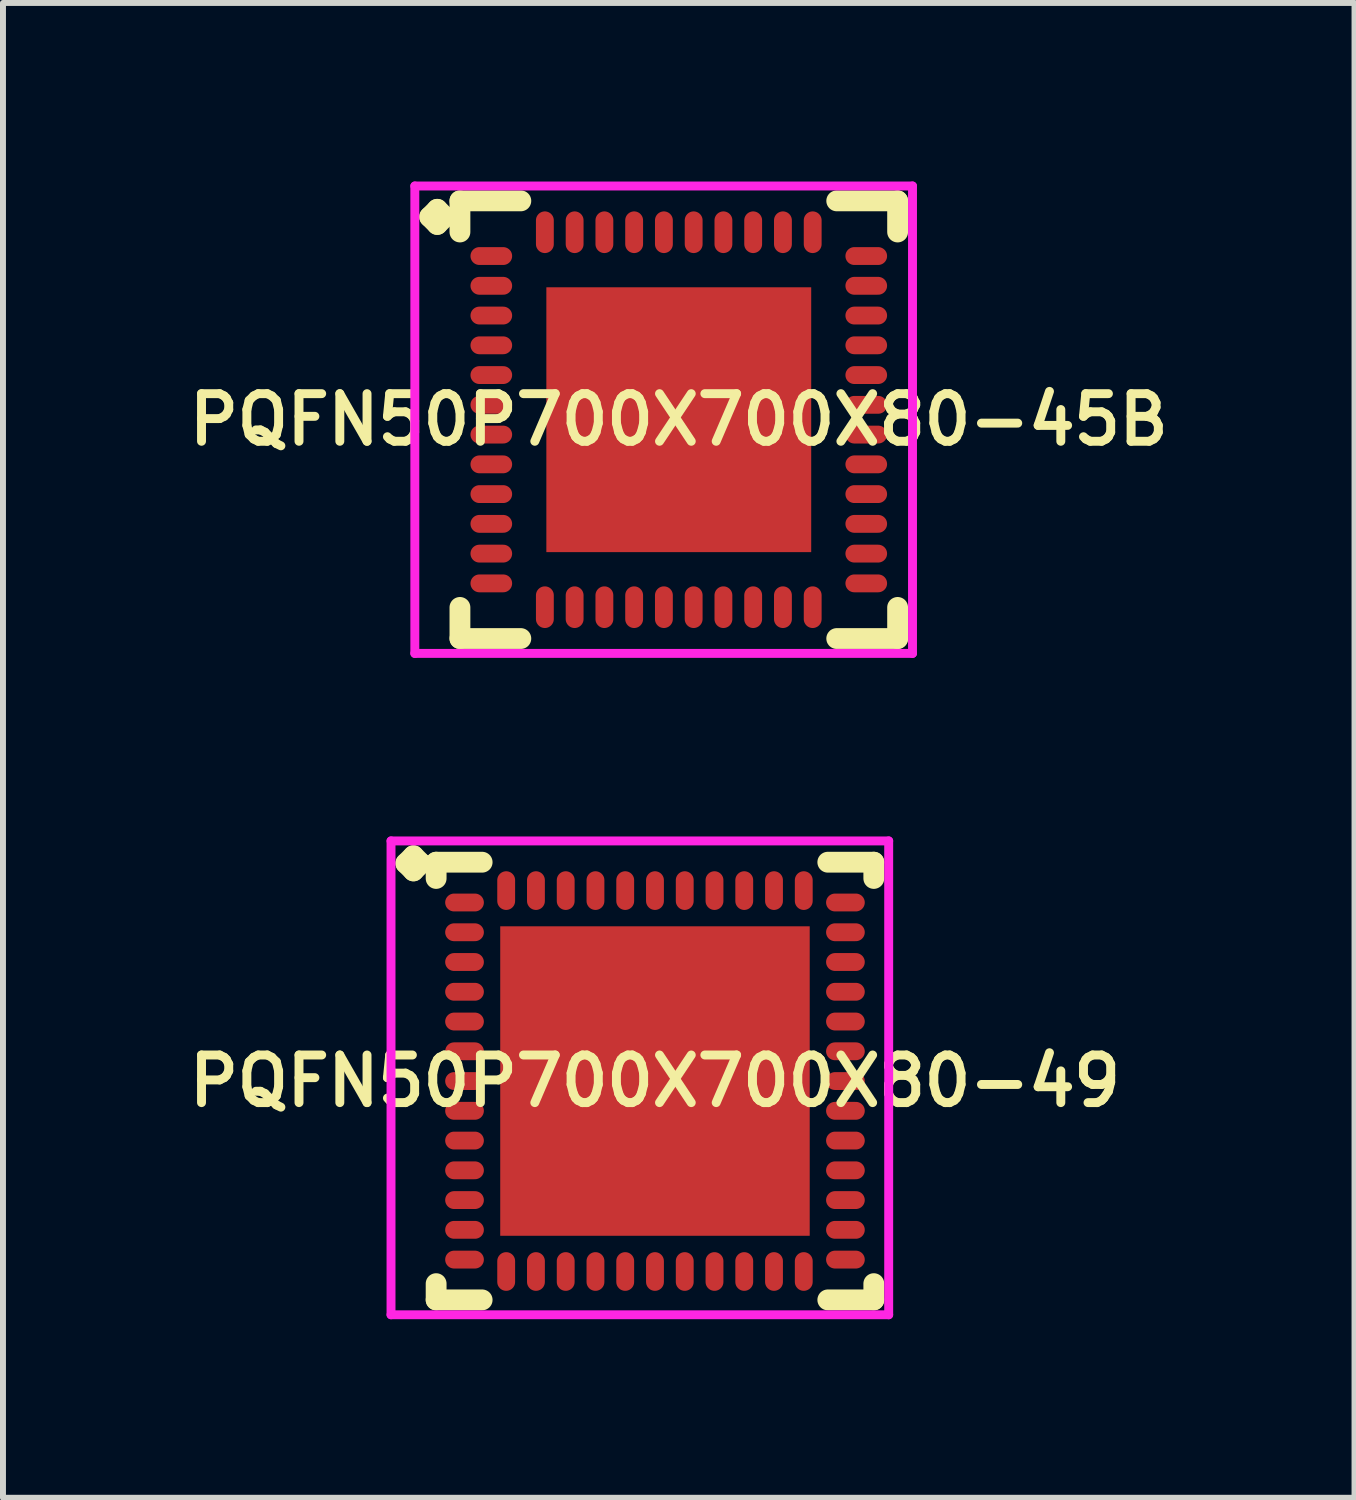
<source format=kicad_pcb>
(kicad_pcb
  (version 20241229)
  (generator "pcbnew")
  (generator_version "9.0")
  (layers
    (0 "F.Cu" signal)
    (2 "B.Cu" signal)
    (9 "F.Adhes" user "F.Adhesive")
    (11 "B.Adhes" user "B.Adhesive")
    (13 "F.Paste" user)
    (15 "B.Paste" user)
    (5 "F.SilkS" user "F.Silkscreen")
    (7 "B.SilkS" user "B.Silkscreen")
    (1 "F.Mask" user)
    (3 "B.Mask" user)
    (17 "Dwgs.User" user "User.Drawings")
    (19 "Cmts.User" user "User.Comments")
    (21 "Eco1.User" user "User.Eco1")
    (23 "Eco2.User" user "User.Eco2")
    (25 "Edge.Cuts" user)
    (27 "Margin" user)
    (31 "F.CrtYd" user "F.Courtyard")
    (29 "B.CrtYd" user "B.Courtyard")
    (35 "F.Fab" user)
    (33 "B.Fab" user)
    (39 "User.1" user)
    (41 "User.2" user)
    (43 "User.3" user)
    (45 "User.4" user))
  (footprint "PQFN50P700X700X80-45B"
    (layer "F.Cu")
    (at 8.355 4.002)
    (property "Reference" "PQFN50P700X700X80-45B" (at 0 0 0) (layer "F.SilkS") (effects (font (size 0.8 0.8) (thickness 0.15))))
    (attr through_hole)
    (fp_line (start -4.185 -3.408) (end -4.058 -3.535) (stroke (width 0.35) (type solid)) (layer "F.SilkS"))
    (fp_line (start -4.058 -3.535) (end -3.931 -3.408) (stroke (width 0.35) (type solid)) (layer "F.SilkS"))
    (fp_line (start -4.058 -3.281) (end -4.185 -3.408) (stroke (width 0.35) (type solid)) (layer "F.SilkS"))
    (fp_line (start -3.931 -3.408) (end -4.058 -3.281) (stroke (width 0.35) (type solid)) (layer "F.SilkS"))
    (fp_line (start -3.677 -3.677) (end -2.654 -3.677) (stroke (width 0.35) (type solid)) (layer "F.SilkS"))
    (fp_line (start -3.677 -3.154) (end -3.677 -3.677) (stroke (width 0.35) (type solid)) (layer "F.SilkS"))
    (fp_line (start -3.677 3.154) (end -3.677 3.677) (stroke (width 0.35) (type solid)) (layer "F.SilkS"))
    (fp_line (start -3.677 3.677) (end -2.654 3.677) (stroke (width 0.35) (type solid)) (layer "F.SilkS"))
    (fp_line (start 2.654 -3.677) (end 3.677 -3.677) (stroke (width 0.35) (type solid)) (layer "F.SilkS"))
    (fp_line (start 2.654 3.677) (end 3.677 3.677) (stroke (width 0.35) (type solid)) (layer "F.SilkS"))
    (fp_line (start 3.677 -3.677) (end 3.677 -3.154) (stroke (width 0.35) (type solid)) (layer "F.SilkS"))
    (fp_line (start 3.677 3.677) (end 3.677 3.154) (stroke (width 0.35) (type solid)) (layer "F.SilkS"))
    (fp_line (start -4.435 -3.927) (end 3.927 -3.927) (stroke (width 0.15) (type solid)) (layer "F.CrtYd"))
    (fp_line (start -4.435 3.927) (end -4.435 -3.927) (stroke (width 0.15) (type solid)) (layer "F.CrtYd"))
    (fp_line (start 3.927 -3.927) (end 3.927 3.927) (stroke (width 0.15) (type solid)) (layer "F.CrtYd"))
    (fp_line (start 3.927 3.927) (end -4.435 3.927) (stroke (width 0.15) (type solid)) (layer "F.CrtYd"))
    (pad "1" smd oval (at -3.15 -2.75) (size 0.7 0.3) (layers "F.Cu" "F.Mask" "F.Paste"))
    (pad "2" smd oval (at -3.15 -2.25) (size 0.7 0.3) (layers "F.Cu" "F.Mask" "F.Paste"))
    (pad "3" smd oval (at -3.15 -1.75) (size 0.7 0.3) (layers "F.Cu" "F.Mask" "F.Paste"))
    (pad "4" smd oval (at -3.15 -1.25) (size 0.7 0.3) (layers "F.Cu" "F.Mask" "F.Paste"))
    (pad "5" smd oval (at -3.15 -0.75) (size 0.7 0.3) (layers "F.Cu" "F.Mask" "F.Paste"))
    (pad "6" smd oval (at -3.15 -0.25) (size 0.7 0.3) (layers "F.Cu" "F.Mask" "F.Paste"))
    (pad "7" smd oval (at -3.15 0.25) (size 0.7 0.3) (layers "F.Cu" "F.Mask" "F.Paste"))
    (pad "8" smd oval (at -3.15 0.75) (size 0.7 0.3) (layers "F.Cu" "F.Mask" "F.Paste"))
    (pad "9" smd oval (at -3.15 1.25) (size 0.7 0.3) (layers "F.Cu" "F.Mask" "F.Paste"))
    (pad "10" smd oval (at -3.15 1.75) (size 0.7 0.3) (layers "F.Cu" "F.Mask" "F.Paste"))
    (pad "11" smd oval (at -3.15 2.25) (size 0.7 0.3) (layers "F.Cu" "F.Mask" "F.Paste"))
    (pad "12" smd oval (at -3.15 2.75) (size 0.7 0.3) (layers "F.Cu" "F.Mask" "F.Paste"))
    (pad "13" smd oval (at -2.25 3.15) (size 0.3 0.7) (layers "F.Cu" "F.Mask" "F.Paste"))
    (pad "14" smd oval (at -1.75 3.15) (size 0.3 0.7) (layers "F.Cu" "F.Mask" "F.Paste"))
    (pad "15" smd oval (at -1.25 3.15) (size 0.3 0.7) (layers "F.Cu" "F.Mask" "F.Paste"))
    (pad "16" smd oval (at -0.75 3.15) (size 0.3 0.7) (layers "F.Cu" "F.Mask" "F.Paste"))
    (pad "17" smd oval (at -0.25 3.15) (size 0.3 0.7) (layers "F.Cu" "F.Mask" "F.Paste"))
    (pad "18" smd oval (at 0.25 3.15) (size 0.3 0.7) (layers "F.Cu" "F.Mask" "F.Paste"))
    (pad "19" smd oval (at 0.75 3.15) (size 0.3 0.7) (layers "F.Cu" "F.Mask" "F.Paste"))
    (pad "20" smd oval (at 1.25 3.15) (size 0.3 0.7) (layers "F.Cu" "F.Mask" "F.Paste"))
    (pad "21" smd oval (at 1.75 3.15) (size 0.3 0.7) (layers "F.Cu" "F.Mask" "F.Paste"))
    (pad "22" smd oval (at 2.25 3.15) (size 0.3 0.7) (layers "F.Cu" "F.Mask" "F.Paste"))
    (pad "23" smd oval (at 3.15 2.75) (size 0.7 0.3) (layers "F.Cu" "F.Mask" "F.Paste"))
    (pad "24" smd oval (at 3.15 2.25) (size 0.7 0.3) (layers "F.Cu" "F.Mask" "F.Paste"))
    (pad "25" smd oval (at 3.15 1.75) (size 0.7 0.3) (layers "F.Cu" "F.Mask" "F.Paste"))
    (pad "26" smd oval (at 3.15 1.25) (size 0.7 0.3) (layers "F.Cu" "F.Mask" "F.Paste"))
    (pad "27" smd oval (at 3.15 0.75) (size 0.7 0.3) (layers "F.Cu" "F.Mask" "F.Paste"))
    (pad "28" smd oval (at 3.15 0.25) (size 0.7 0.3) (layers "F.Cu" "F.Mask" "F.Paste"))
    (pad "29" smd oval (at 3.15 -0.25) (size 0.7 0.3) (layers "F.Cu" "F.Mask" "F.Paste"))
    (pad "30" smd oval (at 3.15 -0.75) (size 0.7 0.3) (layers "F.Cu" "F.Mask" "F.Paste"))
    (pad "31" smd oval (at 3.15 -1.25) (size 0.7 0.3) (layers "F.Cu" "F.Mask" "F.Paste"))
    (pad "32" smd oval (at 3.15 -1.75) (size 0.7 0.3) (layers "F.Cu" "F.Mask" "F.Paste"))
    (pad "33" smd oval (at 3.15 -2.25) (size 0.7 0.3) (layers "F.Cu" "F.Mask" "F.Paste"))
    (pad "34" smd oval (at 3.15 -2.75) (size 0.7 0.3) (layers "F.Cu" "F.Mask" "F.Paste"))
    (pad "35" smd oval (at 2.25 -3.15) (size 0.3 0.7) (layers "F.Cu" "F.Mask" "F.Paste"))
    (pad "36" smd oval (at 1.75 -3.15) (size 0.3 0.7) (layers "F.Cu" "F.Mask" "F.Paste"))
    (pad "37" smd oval (at 1.25 -3.15) (size 0.3 0.7) (layers "F.Cu" "F.Mask" "F.Paste"))
    (pad "38" smd oval (at 0.75 -3.15) (size 0.3 0.7) (layers "F.Cu" "F.Mask" "F.Paste"))
    (pad "39" smd oval (at 0.25 -3.15) (size 0.3 0.7) (layers "F.Cu" "F.Mask" "F.Paste"))
    (pad "40" smd oval (at -0.25 -3.15) (size 0.3 0.7) (layers "F.Cu" "F.Mask" "F.Paste"))
    (pad "41" smd oval (at -0.75 -3.15) (size 0.3 0.7) (layers "F.Cu" "F.Mask" "F.Paste"))
    (pad "42" smd oval (at -1.25 -3.15) (size 0.3 0.7) (layers "F.Cu" "F.Mask" "F.Paste"))
    (pad "43" smd oval (at -1.75 -3.15) (size 0.3 0.7) (layers "F.Cu" "F.Mask" "F.Paste"))
    (pad "44" smd oval (at -2.25 -3.15) (size 0.3 0.7) (layers "F.Cu" "F.Mask" "F.Paste"))
    (pad "45" smd rect (at 0 0) (size 4.45 4.45) (layers "F.Cu" "F.Mask" "F.Paste")))
  (footprint "PQFN50P700X700X80-49"
    (layer "F.Cu")
    (at 7.955 15.114)
    (property "Reference" "PQFN50P700X700X80-49" (at 0 0 0) (layer "F.SilkS") (effects (font (size 0.8 0.8) (thickness 0.15))))
    (attr smd)
    (fp_line (start -4.185 -3.658) (end -4.058 -3.785) (stroke (width 0.35) (type solid)) (layer "F.SilkS"))
    (fp_line (start -4.058 -3.785) (end -3.931 -3.658) (stroke (width 0.35) (type solid)) (layer "F.SilkS"))
    (fp_line (start -4.058 -3.531) (end -4.185 -3.658) (stroke (width 0.35) (type solid)) (layer "F.SilkS"))
    (fp_line (start -3.931 -3.658) (end -4.058 -3.531) (stroke (width 0.35) (type solid)) (layer "F.SilkS"))
    (fp_line (start -3.677 -3.677) (end -2.904 -3.677) (stroke (width 0.35) (type solid)) (layer "F.SilkS"))
    (fp_line (start -3.677 -3.404) (end -3.677 -3.677) (stroke (width 0.35) (type solid)) (layer "F.SilkS"))
    (fp_line (start -3.677 3.404) (end -3.677 3.677) (stroke (width 0.35) (type solid)) (layer "F.SilkS"))
    (fp_line (start -3.677 3.677) (end -2.904 3.677) (stroke (width 0.35) (type solid)) (layer "F.SilkS"))
    (fp_line (start 2.904 -3.677) (end 3.677 -3.677) (stroke (width 0.35) (type solid)) (layer "F.SilkS"))
    (fp_line (start 2.904 3.677) (end 3.677 3.677) (stroke (width 0.35) (type solid)) (layer "F.SilkS"))
    (fp_line (start 3.677 -3.677) (end 3.677 -3.404) (stroke (width 0.35) (type solid)) (layer "F.SilkS"))
    (fp_line (start 3.677 3.677) (end 3.677 3.404) (stroke (width 0.35) (type solid)) (layer "F.SilkS"))
    (fp_line (start -4.435 -4.035) (end 3.927 -4.035) (stroke (width 0.15) (type solid)) (layer "F.CrtYd"))
    (fp_line (start -4.435 3.927) (end -4.435 -4.035) (stroke (width 0.15) (type solid)) (layer "F.CrtYd"))
    (fp_line (start 3.927 -4.035) (end 3.927 3.927) (stroke (width 0.15) (type solid)) (layer "F.CrtYd"))
    (fp_line (start 3.927 3.927) (end -4.435 3.927) (stroke (width 0.15) (type solid)) (layer "F.CrtYd"))
    (pad "1" smd oval (at -3.2 -3) (size 0.65 0.3) (layers "F.Cu" "F.Mask" "F.Paste"))
    (pad "2" smd oval (at -3.2 -2.5) (size 0.65 0.3) (layers "F.Cu" "F.Mask" "F.Paste"))
    (pad "3" smd oval (at -3.2 -2) (size 0.65 0.3) (layers "F.Cu" "F.Mask" "F.Paste"))
    (pad "4" smd oval (at -3.2 -1.5) (size 0.65 0.3) (layers "F.Cu" "F.Mask" "F.Paste"))
    (pad "5" smd oval (at -3.2 -1) (size 0.65 0.3) (layers "F.Cu" "F.Mask" "F.Paste"))
    (pad "6" smd oval (at -3.2 -0.5) (size 0.65 0.3) (layers "F.Cu" "F.Mask" "F.Paste"))
    (pad "7" smd oval (at -3.2 0) (size 0.65 0.3) (layers "F.Cu" "F.Mask" "F.Paste"))
    (pad "8" smd oval (at -3.2 0.5) (size 0.65 0.3) (layers "F.Cu" "F.Mask" "F.Paste"))
    (pad "9" smd oval (at -3.2 1) (size 0.65 0.3) (layers "F.Cu" "F.Mask" "F.Paste"))
    (pad "10" smd oval (at -3.2 1.5) (size 0.65 0.3) (layers "F.Cu" "F.Mask" "F.Paste"))
    (pad "11" smd oval (at -3.2 2) (size 0.65 0.3) (layers "F.Cu" "F.Mask" "F.Paste"))
    (pad "12" smd oval (at -3.2 2.5) (size 0.65 0.3) (layers "F.Cu" "F.Mask" "F.Paste"))
    (pad "13" smd oval (at -3.2 3) (size 0.65 0.3) (layers "F.Cu" "F.Mask" "F.Paste"))
    (pad "14" smd oval (at -2.5 3.2) (size 0.3 0.65) (layers "F.Cu" "F.Mask" "F.Paste"))
    (pad "15" smd oval (at -2 3.2) (size 0.3 0.65) (layers "F.Cu" "F.Mask" "F.Paste"))
    (pad "16" smd oval (at -1.5 3.2) (size 0.3 0.65) (layers "F.Cu" "F.Mask" "F.Paste"))
    (pad "17" smd oval (at -1 3.2) (size 0.3 0.65) (layers "F.Cu" "F.Mask" "F.Paste"))
    (pad "18" smd oval (at -0.5 3.2) (size 0.3 0.65) (layers "F.Cu" "F.Mask" "F.Paste"))
    (pad "19" smd oval (at 0 3.2) (size 0.3 0.65) (layers "F.Cu" "F.Mask" "F.Paste"))
    (pad "20" smd oval (at 0.5 3.2) (size 0.3 0.65) (layers "F.Cu" "F.Mask" "F.Paste"))
    (pad "21" smd oval (at 1 3.2) (size 0.3 0.65) (layers "F.Cu" "F.Mask" "F.Paste"))
    (pad "22" smd oval (at 1.5 3.2) (size 0.3 0.65) (layers "F.Cu" "F.Mask" "F.Paste"))
    (pad "23" smd oval (at 2 3.2) (size 0.3 0.65) (layers "F.Cu" "F.Mask" "F.Paste"))
    (pad "24" smd oval (at 2.5 3.2) (size 0.3 0.65) (layers "F.Cu" "F.Mask" "F.Paste"))
    (pad "25" smd oval (at 3.2 3) (size 0.65 0.3) (layers "F.Cu" "F.Mask" "F.Paste"))
    (pad "26" smd oval (at 3.2 2.5) (size 0.65 0.3) (layers "F.Cu" "F.Mask" "F.Paste"))
    (pad "27" smd oval (at 3.2 2) (size 0.65 0.3) (layers "F.Cu" "F.Mask" "F.Paste"))
    (pad "28" smd oval (at 3.2 1.5) (size 0.65 0.3) (layers "F.Cu" "F.Mask" "F.Paste"))
    (pad "29" smd oval (at 3.2 1) (size 0.65 0.3) (layers "F.Cu" "F.Mask" "F.Paste"))
    (pad "30" smd oval (at 3.2 0.5) (size 0.65 0.3) (layers "F.Cu" "F.Mask" "F.Paste"))
    (pad "31" smd oval (at 3.2 0) (size 0.65 0.3) (layers "F.Cu" "F.Mask" "F.Paste"))
    (pad "32" smd oval (at 3.2 -0.5) (size 0.65 0.3) (layers "F.Cu" "F.Mask" "F.Paste"))
    (pad "33" smd oval (at 3.2 -1) (size 0.65 0.3) (layers "F.Cu" "F.Mask" "F.Paste"))
    (pad "34" smd oval (at 3.2 -1.5) (size 0.65 0.3) (layers "F.Cu" "F.Mask" "F.Paste"))
    (pad "35" smd oval (at 3.2 -2) (size 0.65 0.3) (layers "F.Cu" "F.Mask" "F.Paste"))
    (pad "36" smd oval (at 3.2 -2.5) (size 0.65 0.3) (layers "F.Cu" "F.Mask" "F.Paste"))
    (pad "37" smd oval (at 3.2 -3) (size 0.65 0.3) (layers "F.Cu" "F.Mask" "F.Paste"))
    (pad "38" smd oval (at 2.5 -3.2) (size 0.3 0.65) (layers "F.Cu" "F.Mask" "F.Paste"))
    (pad "39" smd oval (at 2 -3.2) (size 0.3 0.65) (layers "F.Cu" "F.Mask" "F.Paste"))
    (pad "40" smd oval (at 1.5 -3.2) (size 0.3 0.65) (layers "F.Cu" "F.Mask" "F.Paste"))
    (pad "41" smd oval (at 1 -3.2) (size 0.3 0.65) (layers "F.Cu" "F.Mask" "F.Paste"))
    (pad "42" smd oval (at 0.5 -3.2) (size 0.3 0.65) (layers "F.Cu" "F.Mask" "F.Paste"))
    (pad "43" smd oval (at 0 -3.2) (size 0.3 0.65) (layers "F.Cu" "F.Mask" "F.Paste"))
    (pad "44" smd oval (at -0.5 -3.2) (size 0.3 0.65) (layers "F.Cu" "F.Mask" "F.Paste"))
    (pad "45" smd oval (at -1 -3.2) (size 0.3 0.65) (layers "F.Cu" "F.Mask" "F.Paste"))
    (pad "46" smd oval (at -1.5 -3.2) (size 0.3 0.65) (layers "F.Cu" "F.Mask" "F.Paste"))
    (pad "47" smd oval (at -2 -3.2) (size 0.3 0.65) (layers "F.Cu" "F.Mask" "F.Paste"))
    (pad "48" smd oval (at -2.5 -3.2) (size 0.3 0.65) (layers "F.Cu" "F.Mask" "F.Paste"))
    (pad "49" smd rect (at 0 0) (size 5.2 5.2) (layers "F.Cu" "F.Mask" "F.Paste")))
  (gr_rect
    (start -3 -3)
    (end 19.709 22.116)
    (stroke (width 0.1) (type default))
    (fill no)
    (layer "Edge.Cuts")))
</source>
